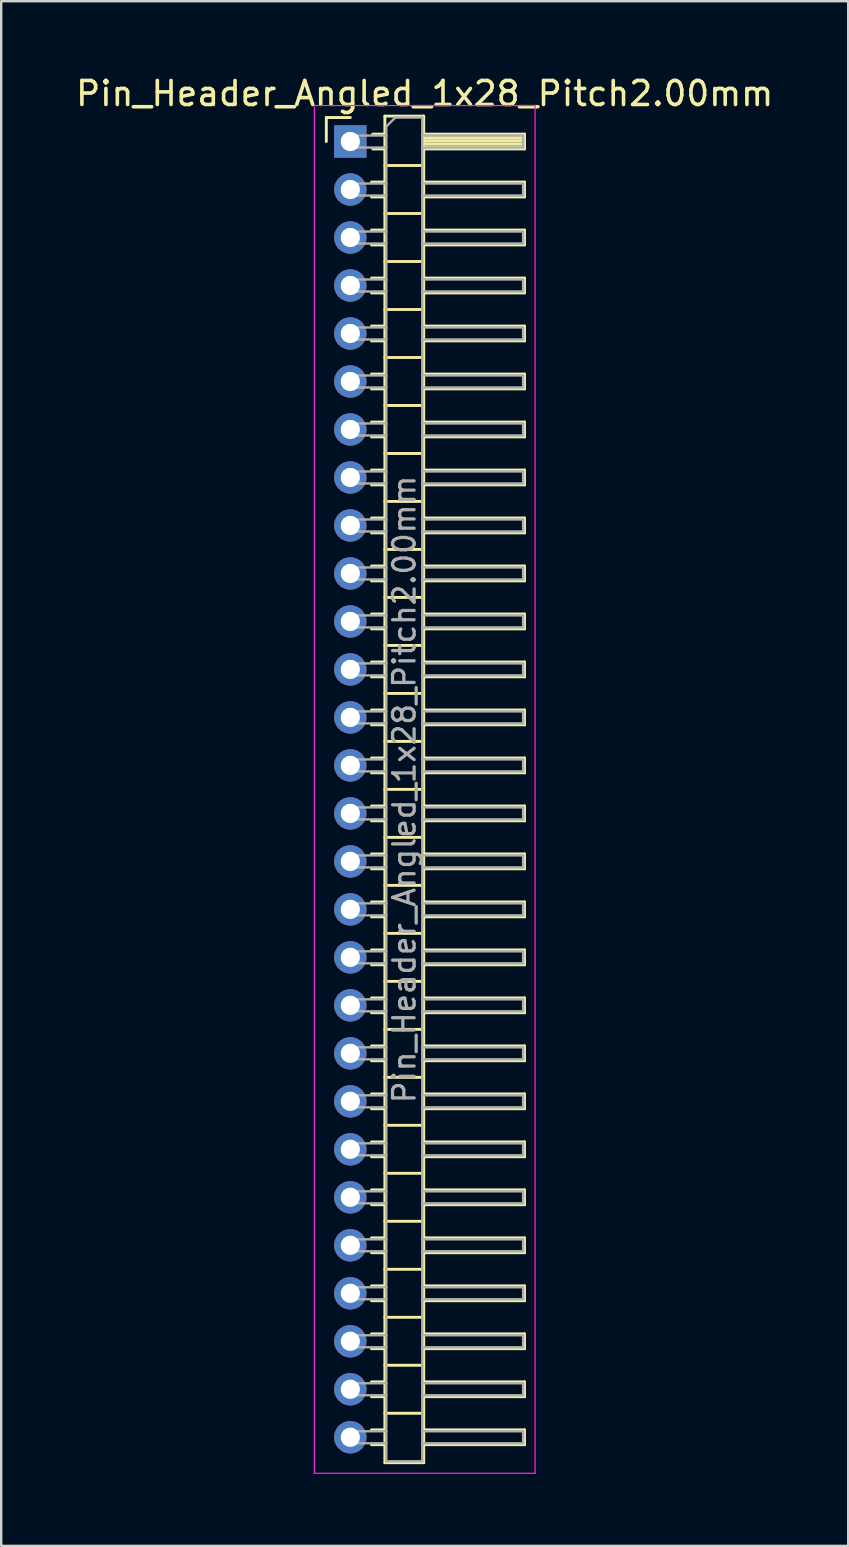
<source format=kicad_pcb>
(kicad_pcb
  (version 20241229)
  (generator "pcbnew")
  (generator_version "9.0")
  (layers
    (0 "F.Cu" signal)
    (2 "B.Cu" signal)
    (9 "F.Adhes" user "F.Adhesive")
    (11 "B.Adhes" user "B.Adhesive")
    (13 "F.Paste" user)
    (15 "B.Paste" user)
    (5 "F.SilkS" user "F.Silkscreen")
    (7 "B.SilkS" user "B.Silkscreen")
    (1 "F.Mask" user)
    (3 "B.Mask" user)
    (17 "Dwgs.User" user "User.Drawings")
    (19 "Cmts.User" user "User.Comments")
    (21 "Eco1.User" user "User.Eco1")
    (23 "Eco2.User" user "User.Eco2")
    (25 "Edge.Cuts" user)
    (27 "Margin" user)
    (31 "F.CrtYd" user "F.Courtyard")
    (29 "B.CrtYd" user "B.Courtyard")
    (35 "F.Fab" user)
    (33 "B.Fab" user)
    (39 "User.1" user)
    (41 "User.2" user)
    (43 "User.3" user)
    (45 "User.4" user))
  (footprint "Pin_Header_Angled_1x28_Pitch2.00mm"
    (layer "F.Cu")
    (at 11.549 2.848)
    (property "Reference" "Pin_Header_Angled_1x28_Pitch2.00mm" (at 3.1 -2 0) (layer "F.SilkS") (effects (font (size 1 1) (thickness 0.15))))
    (attr through_hole)
    (fp_line (start -1 -1) (end 0 -1) (stroke (width 0.12) (type solid)) (layer "F.SilkS"))
    (fp_line (start -1 0) (end -1 -1) (stroke (width 0.12) (type solid)) (layer "F.SilkS"))
    (fp_line (start 0.882 1.69) (end 1.44 1.69) (stroke (width 0.12) (type solid)) (layer "F.SilkS"))
    (fp_line (start 0.882 2.31) (end 1.44 2.31) (stroke (width 0.12) (type solid)) (layer "F.SilkS"))
    (fp_line (start 0.882 3.69) (end 1.44 3.69) (stroke (width 0.12) (type solid)) (layer "F.SilkS"))
    (fp_line (start 0.882 4.31) (end 1.44 4.31) (stroke (width 0.12) (type solid)) (layer "F.SilkS"))
    (fp_line (start 0.882 5.69) (end 1.44 5.69) (stroke (width 0.12) (type solid)) (layer "F.SilkS"))
    (fp_line (start 0.882 6.31) (end 1.44 6.31) (stroke (width 0.12) (type solid)) (layer "F.SilkS"))
    (fp_line (start 0.882 7.69) (end 1.44 7.69) (stroke (width 0.12) (type solid)) (layer "F.SilkS"))
    (fp_line (start 0.882 8.31) (end 1.44 8.31) (stroke (width 0.12) (type solid)) (layer "F.SilkS"))
    (fp_line (start 0.882 9.69) (end 1.44 9.69) (stroke (width 0.12) (type solid)) (layer "F.SilkS"))
    (fp_line (start 0.882 10.31) (end 1.44 10.31) (stroke (width 0.12) (type solid)) (layer "F.SilkS"))
    (fp_line (start 0.882 11.69) (end 1.44 11.69) (stroke (width 0.12) (type solid)) (layer "F.SilkS"))
    (fp_line (start 0.882 12.31) (end 1.44 12.31) (stroke (width 0.12) (type solid)) (layer "F.SilkS"))
    (fp_line (start 0.882 13.69) (end 1.44 13.69) (stroke (width 0.12) (type solid)) (layer "F.SilkS"))
    (fp_line (start 0.882 14.31) (end 1.44 14.31) (stroke (width 0.12) (type solid)) (layer "F.SilkS"))
    (fp_line (start 0.882 15.69) (end 1.44 15.69) (stroke (width 0.12) (type solid)) (layer "F.SilkS"))
    (fp_line (start 0.882 16.31) (end 1.44 16.31) (stroke (width 0.12) (type solid)) (layer "F.SilkS"))
    (fp_line (start 0.882 17.69) (end 1.44 17.69) (stroke (width 0.12) (type solid)) (layer "F.SilkS"))
    (fp_line (start 0.882 18.31) (end 1.44 18.31) (stroke (width 0.12) (type solid)) (layer "F.SilkS"))
    (fp_line (start 0.882 19.69) (end 1.44 19.69) (stroke (width 0.12) (type solid)) (layer "F.SilkS"))
    (fp_line (start 0.882 20.31) (end 1.44 20.31) (stroke (width 0.12) (type solid)) (layer "F.SilkS"))
    (fp_line (start 0.882 21.69) (end 1.44 21.69) (stroke (width 0.12) (type solid)) (layer "F.SilkS"))
    (fp_line (start 0.882 22.31) (end 1.44 22.31) (stroke (width 0.12) (type solid)) (layer "F.SilkS"))
    (fp_line (start 0.882 23.69) (end 1.44 23.69) (stroke (width 0.12) (type solid)) (layer "F.SilkS"))
    (fp_line (start 0.882 24.31) (end 1.44 24.31) (stroke (width 0.12) (type solid)) (layer "F.SilkS"))
    (fp_line (start 0.882 25.69) (end 1.44 25.69) (stroke (width 0.12) (type solid)) (layer "F.SilkS"))
    (fp_line (start 0.882 26.31) (end 1.44 26.31) (stroke (width 0.12) (type solid)) (layer "F.SilkS"))
    (fp_line (start 0.882 27.69) (end 1.44 27.69) (stroke (width 0.12) (type solid)) (layer "F.SilkS"))
    (fp_line (start 0.882 28.31) (end 1.44 28.31) (stroke (width 0.12) (type solid)) (layer "F.SilkS"))
    (fp_line (start 0.882 29.69) (end 1.44 29.69) (stroke (width 0.12) (type solid)) (layer "F.SilkS"))
    (fp_line (start 0.882 30.31) (end 1.44 30.31) (stroke (width 0.12) (type solid)) (layer "F.SilkS"))
    (fp_line (start 0.882 31.69) (end 1.44 31.69) (stroke (width 0.12) (type solid)) (layer "F.SilkS"))
    (fp_line (start 0.882 32.31) (end 1.44 32.31) (stroke (width 0.12) (type solid)) (layer "F.SilkS"))
    (fp_line (start 0.882 33.69) (end 1.44 33.69) (stroke (width 0.12) (type solid)) (layer "F.SilkS"))
    (fp_line (start 0.882 34.31) (end 1.44 34.31) (stroke (width 0.12) (type solid)) (layer "F.SilkS"))
    (fp_line (start 0.882 35.69) (end 1.44 35.69) (stroke (width 0.12) (type solid)) (layer "F.SilkS"))
    (fp_line (start 0.882 36.31) (end 1.44 36.31) (stroke (width 0.12) (type solid)) (layer "F.SilkS"))
    (fp_line (start 0.882 37.69) (end 1.44 37.69) (stroke (width 0.12) (type solid)) (layer "F.SilkS"))
    (fp_line (start 0.882 38.31) (end 1.44 38.31) (stroke (width 0.12) (type solid)) (layer "F.SilkS"))
    (fp_line (start 0.882 39.69) (end 1.44 39.69) (stroke (width 0.12) (type solid)) (layer "F.SilkS"))
    (fp_line (start 0.882 40.31) (end 1.44 40.31) (stroke (width 0.12) (type solid)) (layer "F.SilkS"))
    (fp_line (start 0.882 41.69) (end 1.44 41.69) (stroke (width 0.12) (type solid)) (layer "F.SilkS"))
    (fp_line (start 0.882 42.31) (end 1.44 42.31) (stroke (width 0.12) (type solid)) (layer "F.SilkS"))
    (fp_line (start 0.882 43.69) (end 1.44 43.69) (stroke (width 0.12) (type solid)) (layer "F.SilkS"))
    (fp_line (start 0.882 44.31) (end 1.44 44.31) (stroke (width 0.12) (type solid)) (layer "F.SilkS"))
    (fp_line (start 0.882 45.69) (end 1.44 45.69) (stroke (width 0.12) (type solid)) (layer "F.SilkS"))
    (fp_line (start 0.882 46.31) (end 1.44 46.31) (stroke (width 0.12) (type solid)) (layer "F.SilkS"))
    (fp_line (start 0.882 47.69) (end 1.44 47.69) (stroke (width 0.12) (type solid)) (layer "F.SilkS"))
    (fp_line (start 0.882 48.31) (end 1.44 48.31) (stroke (width 0.12) (type solid)) (layer "F.SilkS"))
    (fp_line (start 0.882 49.69) (end 1.44 49.69) (stroke (width 0.12) (type solid)) (layer "F.SilkS"))
    (fp_line (start 0.882 50.31) (end 1.44 50.31) (stroke (width 0.12) (type solid)) (layer "F.SilkS"))
    (fp_line (start 0.882 51.69) (end 1.44 51.69) (stroke (width 0.12) (type solid)) (layer "F.SilkS"))
    (fp_line (start 0.882 52.31) (end 1.44 52.31) (stroke (width 0.12) (type solid)) (layer "F.SilkS"))
    (fp_line (start 0.882 53.69) (end 1.44 53.69) (stroke (width 0.12) (type solid)) (layer "F.SilkS"))
    (fp_line (start 0.882 54.31) (end 1.44 54.31) (stroke (width 0.12) (type solid)) (layer "F.SilkS"))
    (fp_line (start 0.935 -0.31) (end 1.44 -0.31) (stroke (width 0.12) (type solid)) (layer "F.SilkS"))
    (fp_line (start 0.935 0.31) (end 1.44 0.31) (stroke (width 0.12) (type solid)) (layer "F.SilkS"))
    (fp_line (start 1.44 -1.06) (end 1.44 55.06) (stroke (width 0.12) (type solid)) (layer "F.SilkS"))
    (fp_line (start 1.44 1) (end 3.06 1) (stroke (width 0.12) (type solid)) (layer "F.SilkS"))
    (fp_line (start 1.44 3) (end 3.06 3) (stroke (width 0.12) (type solid)) (layer "F.SilkS"))
    (fp_line (start 1.44 5) (end 3.06 5) (stroke (width 0.12) (type solid)) (layer "F.SilkS"))
    (fp_line (start 1.44 7) (end 3.06 7) (stroke (width 0.12) (type solid)) (layer "F.SilkS"))
    (fp_line (start 1.44 9) (end 3.06 9) (stroke (width 0.12) (type solid)) (layer "F.SilkS"))
    (fp_line (start 1.44 11) (end 3.06 11) (stroke (width 0.12) (type solid)) (layer "F.SilkS"))
    (fp_line (start 1.44 13) (end 3.06 13) (stroke (width 0.12) (type solid)) (layer "F.SilkS"))
    (fp_line (start 1.44 15) (end 3.06 15) (stroke (width 0.12) (type solid)) (layer "F.SilkS"))
    (fp_line (start 1.44 17) (end 3.06 17) (stroke (width 0.12) (type solid)) (layer "F.SilkS"))
    (fp_line (start 1.44 19) (end 3.06 19) (stroke (width 0.12) (type solid)) (layer "F.SilkS"))
    (fp_line (start 1.44 21) (end 3.06 21) (stroke (width 0.12) (type solid)) (layer "F.SilkS"))
    (fp_line (start 1.44 23) (end 3.06 23) (stroke (width 0.12) (type solid)) (layer "F.SilkS"))
    (fp_line (start 1.44 25) (end 3.06 25) (stroke (width 0.12) (type solid)) (layer "F.SilkS"))
    (fp_line (start 1.44 27) (end 3.06 27) (stroke (width 0.12) (type solid)) (layer "F.SilkS"))
    (fp_line (start 1.44 29) (end 3.06 29) (stroke (width 0.12) (type solid)) (layer "F.SilkS"))
    (fp_line (start 1.44 31) (end 3.06 31) (stroke (width 0.12) (type solid)) (layer "F.SilkS"))
    (fp_line (start 1.44 33) (end 3.06 33) (stroke (width 0.12) (type solid)) (layer "F.SilkS"))
    (fp_line (start 1.44 35) (end 3.06 35) (stroke (width 0.12) (type solid)) (layer "F.SilkS"))
    (fp_line (start 1.44 37) (end 3.06 37) (stroke (width 0.12) (type solid)) (layer "F.SilkS"))
    (fp_line (start 1.44 39) (end 3.06 39) (stroke (width 0.12) (type solid)) (layer "F.SilkS"))
    (fp_line (start 1.44 41) (end 3.06 41) (stroke (width 0.12) (type solid)) (layer "F.SilkS"))
    (fp_line (start 1.44 43) (end 3.06 43) (stroke (width 0.12) (type solid)) (layer "F.SilkS"))
    (fp_line (start 1.44 45) (end 3.06 45) (stroke (width 0.12) (type solid)) (layer "F.SilkS"))
    (fp_line (start 1.44 47) (end 3.06 47) (stroke (width 0.12) (type solid)) (layer "F.SilkS"))
    (fp_line (start 1.44 49) (end 3.06 49) (stroke (width 0.12) (type solid)) (layer "F.SilkS"))
    (fp_line (start 1.44 51) (end 3.06 51) (stroke (width 0.12) (type solid)) (layer "F.SilkS"))
    (fp_line (start 1.44 53) (end 3.06 53) (stroke (width 0.12) (type solid)) (layer "F.SilkS"))
    (fp_line (start 1.44 55.06) (end 3.06 55.06) (stroke (width 0.12) (type solid)) (layer "F.SilkS"))
    (fp_line (start 3.06 -1.06) (end 1.44 -1.06) (stroke (width 0.12) (type solid)) (layer "F.SilkS"))
    (fp_line (start 3.06 -0.31) (end 7.26 -0.31) (stroke (width 0.12) (type solid)) (layer "F.SilkS"))
    (fp_line (start 3.06 -0.25) (end 7.26 -0.25) (stroke (width 0.12) (type solid)) (layer "F.SilkS"))
    (fp_line (start 3.06 -0.13) (end 7.26 -0.13) (stroke (width 0.12) (type solid)) (layer "F.SilkS"))
    (fp_line (start 3.06 -0.01) (end 7.26 -0.01) (stroke (width 0.12) (type solid)) (layer "F.SilkS"))
    (fp_line (start 3.06 0.11) (end 7.26 0.11) (stroke (width 0.12) (type solid)) (layer "F.SilkS"))
    (fp_line (start 3.06 0.23) (end 7.26 0.23) (stroke (width 0.12) (type solid)) (layer "F.SilkS"))
    (fp_line (start 3.06 1.69) (end 7.26 1.69) (stroke (width 0.12) (type solid)) (layer "F.SilkS"))
    (fp_line (start 3.06 3.69) (end 7.26 3.69) (stroke (width 0.12) (type solid)) (layer "F.SilkS"))
    (fp_line (start 3.06 5.69) (end 7.26 5.69) (stroke (width 0.12) (type solid)) (layer "F.SilkS"))
    (fp_line (start 3.06 7.69) (end 7.26 7.69) (stroke (width 0.12) (type solid)) (layer "F.SilkS"))
    (fp_line (start 3.06 9.69) (end 7.26 9.69) (stroke (width 0.12) (type solid)) (layer "F.SilkS"))
    (fp_line (start 3.06 11.69) (end 7.26 11.69) (stroke (width 0.12) (type solid)) (layer "F.SilkS"))
    (fp_line (start 3.06 13.69) (end 7.26 13.69) (stroke (width 0.12) (type solid)) (layer "F.SilkS"))
    (fp_line (start 3.06 15.69) (end 7.26 15.69) (stroke (width 0.12) (type solid)) (layer "F.SilkS"))
    (fp_line (start 3.06 17.69) (end 7.26 17.69) (stroke (width 0.12) (type solid)) (layer "F.SilkS"))
    (fp_line (start 3.06 19.69) (end 7.26 19.69) (stroke (width 0.12) (type solid)) (layer "F.SilkS"))
    (fp_line (start 3.06 21.69) (end 7.26 21.69) (stroke (width 0.12) (type solid)) (layer "F.SilkS"))
    (fp_line (start 3.06 23.69) (end 7.26 23.69) (stroke (width 0.12) (type solid)) (layer "F.SilkS"))
    (fp_line (start 3.06 25.69) (end 7.26 25.69) (stroke (width 0.12) (type solid)) (layer "F.SilkS"))
    (fp_line (start 3.06 27.69) (end 7.26 27.69) (stroke (width 0.12) (type solid)) (layer "F.SilkS"))
    (fp_line (start 3.06 29.69) (end 7.26 29.69) (stroke (width 0.12) (type solid)) (layer "F.SilkS"))
    (fp_line (start 3.06 31.69) (end 7.26 31.69) (stroke (width 0.12) (type solid)) (layer "F.SilkS"))
    (fp_line (start 3.06 33.69) (end 7.26 33.69) (stroke (width 0.12) (type solid)) (layer "F.SilkS"))
    (fp_line (start 3.06 35.69) (end 7.26 35.69) (stroke (width 0.12) (type solid)) (layer "F.SilkS"))
    (fp_line (start 3.06 37.69) (end 7.26 37.69) (stroke (width 0.12) (type solid)) (layer "F.SilkS"))
    (fp_line (start 3.06 39.69) (end 7.26 39.69) (stroke (width 0.12) (type solid)) (layer "F.SilkS"))
    (fp_line (start 3.06 41.69) (end 7.26 41.69) (stroke (width 0.12) (type solid)) (layer "F.SilkS"))
    (fp_line (start 3.06 43.69) (end 7.26 43.69) (stroke (width 0.12) (type solid)) (layer "F.SilkS"))
    (fp_line (start 3.06 45.69) (end 7.26 45.69) (stroke (width 0.12) (type solid)) (layer "F.SilkS"))
    (fp_line (start 3.06 47.69) (end 7.26 47.69) (stroke (width 0.12) (type solid)) (layer "F.SilkS"))
    (fp_line (start 3.06 49.69) (end 7.26 49.69) (stroke (width 0.12) (type solid)) (layer "F.SilkS"))
    (fp_line (start 3.06 51.69) (end 7.26 51.69) (stroke (width 0.12) (type solid)) (layer "F.SilkS"))
    (fp_line (start 3.06 53.69) (end 7.26 53.69) (stroke (width 0.12) (type solid)) (layer "F.SilkS"))
    (fp_line (start 3.06 55.06) (end 3.06 -1.06) (stroke (width 0.12) (type solid)) (layer "F.SilkS"))
    (fp_line (start 7.26 -0.31) (end 7.26 0.31) (stroke (width 0.12) (type solid)) (layer "F.SilkS"))
    (fp_line (start 7.26 0.31) (end 3.06 0.31) (stroke (width 0.12) (type solid)) (layer "F.SilkS"))
    (fp_line (start 7.26 1.69) (end 7.26 2.31) (stroke (width 0.12) (type solid)) (layer "F.SilkS"))
    (fp_line (start 7.26 2.31) (end 3.06 2.31) (stroke (width 0.12) (type solid)) (layer "F.SilkS"))
    (fp_line (start 7.26 3.69) (end 7.26 4.31) (stroke (width 0.12) (type solid)) (layer "F.SilkS"))
    (fp_line (start 7.26 4.31) (end 3.06 4.31) (stroke (width 0.12) (type solid)) (layer "F.SilkS"))
    (fp_line (start 7.26 5.69) (end 7.26 6.31) (stroke (width 0.12) (type solid)) (layer "F.SilkS"))
    (fp_line (start 7.26 6.31) (end 3.06 6.31) (stroke (width 0.12) (type solid)) (layer "F.SilkS"))
    (fp_line (start 7.26 7.69) (end 7.26 8.31) (stroke (width 0.12) (type solid)) (layer "F.SilkS"))
    (fp_line (start 7.26 8.31) (end 3.06 8.31) (stroke (width 0.12) (type solid)) (layer "F.SilkS"))
    (fp_line (start 7.26 9.69) (end 7.26 10.31) (stroke (width 0.12) (type solid)) (layer "F.SilkS"))
    (fp_line (start 7.26 10.31) (end 3.06 10.31) (stroke (width 0.12) (type solid)) (layer "F.SilkS"))
    (fp_line (start 7.26 11.69) (end 7.26 12.31) (stroke (width 0.12) (type solid)) (layer "F.SilkS"))
    (fp_line (start 7.26 12.31) (end 3.06 12.31) (stroke (width 0.12) (type solid)) (layer "F.SilkS"))
    (fp_line (start 7.26 13.69) (end 7.26 14.31) (stroke (width 0.12) (type solid)) (layer "F.SilkS"))
    (fp_line (start 7.26 14.31) (end 3.06 14.31) (stroke (width 0.12) (type solid)) (layer "F.SilkS"))
    (fp_line (start 7.26 15.69) (end 7.26 16.31) (stroke (width 0.12) (type solid)) (layer "F.SilkS"))
    (fp_line (start 7.26 16.31) (end 3.06 16.31) (stroke (width 0.12) (type solid)) (layer "F.SilkS"))
    (fp_line (start 7.26 17.69) (end 7.26 18.31) (stroke (width 0.12) (type solid)) (layer "F.SilkS"))
    (fp_line (start 7.26 18.31) (end 3.06 18.31) (stroke (width 0.12) (type solid)) (layer "F.SilkS"))
    (fp_line (start 7.26 19.69) (end 7.26 20.31) (stroke (width 0.12) (type solid)) (layer "F.SilkS"))
    (fp_line (start 7.26 20.31) (end 3.06 20.31) (stroke (width 0.12) (type solid)) (layer "F.SilkS"))
    (fp_line (start 7.26 21.69) (end 7.26 22.31) (stroke (width 0.12) (type solid)) (layer "F.SilkS"))
    (fp_line (start 7.26 22.31) (end 3.06 22.31) (stroke (width 0.12) (type solid)) (layer "F.SilkS"))
    (fp_line (start 7.26 23.69) (end 7.26 24.31) (stroke (width 0.12) (type solid)) (layer "F.SilkS"))
    (fp_line (start 7.26 24.31) (end 3.06 24.31) (stroke (width 0.12) (type solid)) (layer "F.SilkS"))
    (fp_line (start 7.26 25.69) (end 7.26 26.31) (stroke (width 0.12) (type solid)) (layer "F.SilkS"))
    (fp_line (start 7.26 26.31) (end 3.06 26.31) (stroke (width 0.12) (type solid)) (layer "F.SilkS"))
    (fp_line (start 7.26 27.69) (end 7.26 28.31) (stroke (width 0.12) (type solid)) (layer "F.SilkS"))
    (fp_line (start 7.26 28.31) (end 3.06 28.31) (stroke (width 0.12) (type solid)) (layer "F.SilkS"))
    (fp_line (start 7.26 29.69) (end 7.26 30.31) (stroke (width 0.12) (type solid)) (layer "F.SilkS"))
    (fp_line (start 7.26 30.31) (end 3.06 30.31) (stroke (width 0.12) (type solid)) (layer "F.SilkS"))
    (fp_line (start 7.26 31.69) (end 7.26 32.31) (stroke (width 0.12) (type solid)) (layer "F.SilkS"))
    (fp_line (start 7.26 32.31) (end 3.06 32.31) (stroke (width 0.12) (type solid)) (layer "F.SilkS"))
    (fp_line (start 7.26 33.69) (end 7.26 34.31) (stroke (width 0.12) (type solid)) (layer "F.SilkS"))
    (fp_line (start 7.26 34.31) (end 3.06 34.31) (stroke (width 0.12) (type solid)) (layer "F.SilkS"))
    (fp_line (start 7.26 35.69) (end 7.26 36.31) (stroke (width 0.12) (type solid)) (layer "F.SilkS"))
    (fp_line (start 7.26 36.31) (end 3.06 36.31) (stroke (width 0.12) (type solid)) (layer "F.SilkS"))
    (fp_line (start 7.26 37.69) (end 7.26 38.31) (stroke (width 0.12) (type solid)) (layer "F.SilkS"))
    (fp_line (start 7.26 38.31) (end 3.06 38.31) (stroke (width 0.12) (type solid)) (layer "F.SilkS"))
    (fp_line (start 7.26 39.69) (end 7.26 40.31) (stroke (width 0.12) (type solid)) (layer "F.SilkS"))
    (fp_line (start 7.26 40.31) (end 3.06 40.31) (stroke (width 0.12) (type solid)) (layer "F.SilkS"))
    (fp_line (start 7.26 41.69) (end 7.26 42.31) (stroke (width 0.12) (type solid)) (layer "F.SilkS"))
    (fp_line (start 7.26 42.31) (end 3.06 42.31) (stroke (width 0.12) (type solid)) (layer "F.SilkS"))
    (fp_line (start 7.26 43.69) (end 7.26 44.31) (stroke (width 0.12) (type solid)) (layer "F.SilkS"))
    (fp_line (start 7.26 44.31) (end 3.06 44.31) (stroke (width 0.12) (type solid)) (layer "F.SilkS"))
    (fp_line (start 7.26 45.69) (end 7.26 46.31) (stroke (width 0.12) (type solid)) (layer "F.SilkS"))
    (fp_line (start 7.26 46.31) (end 3.06 46.31) (stroke (width 0.12) (type solid)) (layer "F.SilkS"))
    (fp_line (start 7.26 47.69) (end 7.26 48.31) (stroke (width 0.12) (type solid)) (layer "F.SilkS"))
    (fp_line (start 7.26 48.31) (end 3.06 48.31) (stroke (width 0.12) (type solid)) (layer "F.SilkS"))
    (fp_line (start 7.26 49.69) (end 7.26 50.31) (stroke (width 0.12) (type solid)) (layer "F.SilkS"))
    (fp_line (start 7.26 50.31) (end 3.06 50.31) (stroke (width 0.12) (type solid)) (layer "F.SilkS"))
    (fp_line (start 7.26 51.69) (end 7.26 52.31) (stroke (width 0.12) (type solid)) (layer "F.SilkS"))
    (fp_line (start 7.26 52.31) (end 3.06 52.31) (stroke (width 0.12) (type solid)) (layer "F.SilkS"))
    (fp_line (start 7.26 53.69) (end 7.26 54.31) (stroke (width 0.12) (type solid)) (layer "F.SilkS"))
    (fp_line (start 7.26 54.31) (end 3.06 54.31) (stroke (width 0.12) (type solid)) (layer "F.SilkS"))
    (fp_line (start -1.5 -1.5) (end -1.5 55.5) (stroke (width 0.05) (type solid)) (layer "F.CrtYd"))
    (fp_line (start -1.5 55.5) (end 7.7 55.5) (stroke (width 0.05) (type solid)) (layer "F.CrtYd"))
    (fp_line (start 7.7 -1.5) (end -1.5 -1.5) (stroke (width 0.05) (type solid)) (layer "F.CrtYd"))
    (fp_line (start 7.7 55.5) (end 7.7 -1.5) (stroke (width 0.05) (type solid)) (layer "F.CrtYd"))
    (fp_line (start -0.25 -0.25) (end -0.25 0.25) (stroke (width 0.1) (type solid)) (layer "F.Fab"))
    (fp_line (start -0.25 -0.25) (end 1.5 -0.25) (stroke (width 0.1) (type solid)) (layer "F.Fab"))
    (fp_line (start -0.25 0.25) (end 1.5 0.25) (stroke (width 0.1) (type solid)) (layer "F.Fab"))
    (fp_line (start -0.25 1.75) (end -0.25 2.25) (stroke (width 0.1) (type solid)) (layer "F.Fab"))
    (fp_line (start -0.25 1.75) (end 1.5 1.75) (stroke (width 0.1) (type solid)) (layer "F.Fab"))
    (fp_line (start -0.25 2.25) (end 1.5 2.25) (stroke (width 0.1) (type solid)) (layer "F.Fab"))
    (fp_line (start -0.25 3.75) (end -0.25 4.25) (stroke (width 0.1) (type solid)) (layer "F.Fab"))
    (fp_line (start -0.25 3.75) (end 1.5 3.75) (stroke (width 0.1) (type solid)) (layer "F.Fab"))
    (fp_line (start -0.25 4.25) (end 1.5 4.25) (stroke (width 0.1) (type solid)) (layer "F.Fab"))
    (fp_line (start -0.25 5.75) (end -0.25 6.25) (stroke (width 0.1) (type solid)) (layer "F.Fab"))
    (fp_line (start -0.25 5.75) (end 1.5 5.75) (stroke (width 0.1) (type solid)) (layer "F.Fab"))
    (fp_line (start -0.25 6.25) (end 1.5 6.25) (stroke (width 0.1) (type solid)) (layer "F.Fab"))
    (fp_line (start -0.25 7.75) (end -0.25 8.25) (stroke (width 0.1) (type solid)) (layer "F.Fab"))
    (fp_line (start -0.25 7.75) (end 1.5 7.75) (stroke (width 0.1) (type solid)) (layer "F.Fab"))
    (fp_line (start -0.25 8.25) (end 1.5 8.25) (stroke (width 0.1) (type solid)) (layer "F.Fab"))
    (fp_line (start -0.25 9.75) (end -0.25 10.25) (stroke (width 0.1) (type solid)) (layer "F.Fab"))
    (fp_line (start -0.25 9.75) (end 1.5 9.75) (stroke (width 0.1) (type solid)) (layer "F.Fab"))
    (fp_line (start -0.25 10.25) (end 1.5 10.25) (stroke (width 0.1) (type solid)) (layer "F.Fab"))
    (fp_line (start -0.25 11.75) (end -0.25 12.25) (stroke (width 0.1) (type solid)) (layer "F.Fab"))
    (fp_line (start -0.25 11.75) (end 1.5 11.75) (stroke (width 0.1) (type solid)) (layer "F.Fab"))
    (fp_line (start -0.25 12.25) (end 1.5 12.25) (stroke (width 0.1) (type solid)) (layer "F.Fab"))
    (fp_line (start -0.25 13.75) (end -0.25 14.25) (stroke (width 0.1) (type solid)) (layer "F.Fab"))
    (fp_line (start -0.25 13.75) (end 1.5 13.75) (stroke (width 0.1) (type solid)) (layer "F.Fab"))
    (fp_line (start -0.25 14.25) (end 1.5 14.25) (stroke (width 0.1) (type solid)) (layer "F.Fab"))
    (fp_line (start -0.25 15.75) (end -0.25 16.25) (stroke (width 0.1) (type solid)) (layer "F.Fab"))
    (fp_line (start -0.25 15.75) (end 1.5 15.75) (stroke (width 0.1) (type solid)) (layer "F.Fab"))
    (fp_line (start -0.25 16.25) (end 1.5 16.25) (stroke (width 0.1) (type solid)) (layer "F.Fab"))
    (fp_line (start -0.25 17.75) (end -0.25 18.25) (stroke (width 0.1) (type solid)) (layer "F.Fab"))
    (fp_line (start -0.25 17.75) (end 1.5 17.75) (stroke (width 0.1) (type solid)) (layer "F.Fab"))
    (fp_line (start -0.25 18.25) (end 1.5 18.25) (stroke (width 0.1) (type solid)) (layer "F.Fab"))
    (fp_line (start -0.25 19.75) (end -0.25 20.25) (stroke (width 0.1) (type solid)) (layer "F.Fab"))
    (fp_line (start -0.25 19.75) (end 1.5 19.75) (stroke (width 0.1) (type solid)) (layer "F.Fab"))
    (fp_line (start -0.25 20.25) (end 1.5 20.25) (stroke (width 0.1) (type solid)) (layer "F.Fab"))
    (fp_line (start -0.25 21.75) (end -0.25 22.25) (stroke (width 0.1) (type solid)) (layer "F.Fab"))
    (fp_line (start -0.25 21.75) (end 1.5 21.75) (stroke (width 0.1) (type solid)) (layer "F.Fab"))
    (fp_line (start -0.25 22.25) (end 1.5 22.25) (stroke (width 0.1) (type solid)) (layer "F.Fab"))
    (fp_line (start -0.25 23.75) (end -0.25 24.25) (stroke (width 0.1) (type solid)) (layer "F.Fab"))
    (fp_line (start -0.25 23.75) (end 1.5 23.75) (stroke (width 0.1) (type solid)) (layer "F.Fab"))
    (fp_line (start -0.25 24.25) (end 1.5 24.25) (stroke (width 0.1) (type solid)) (layer "F.Fab"))
    (fp_line (start -0.25 25.75) (end -0.25 26.25) (stroke (width 0.1) (type solid)) (layer "F.Fab"))
    (fp_line (start -0.25 25.75) (end 1.5 25.75) (stroke (width 0.1) (type solid)) (layer "F.Fab"))
    (fp_line (start -0.25 26.25) (end 1.5 26.25) (stroke (width 0.1) (type solid)) (layer "F.Fab"))
    (fp_line (start -0.25 27.75) (end -0.25 28.25) (stroke (width 0.1) (type solid)) (layer "F.Fab"))
    (fp_line (start -0.25 27.75) (end 1.5 27.75) (stroke (width 0.1) (type solid)) (layer "F.Fab"))
    (fp_line (start -0.25 28.25) (end 1.5 28.25) (stroke (width 0.1) (type solid)) (layer "F.Fab"))
    (fp_line (start -0.25 29.75) (end -0.25 30.25) (stroke (width 0.1) (type solid)) (layer "F.Fab"))
    (fp_line (start -0.25 29.75) (end 1.5 29.75) (stroke (width 0.1) (type solid)) (layer "F.Fab"))
    (fp_line (start -0.25 30.25) (end 1.5 30.25) (stroke (width 0.1) (type solid)) (layer "F.Fab"))
    (fp_line (start -0.25 31.75) (end -0.25 32.25) (stroke (width 0.1) (type solid)) (layer "F.Fab"))
    (fp_line (start -0.25 31.75) (end 1.5 31.75) (stroke (width 0.1) (type solid)) (layer "F.Fab"))
    (fp_line (start -0.25 32.25) (end 1.5 32.25) (stroke (width 0.1) (type solid)) (layer "F.Fab"))
    (fp_line (start -0.25 33.75) (end -0.25 34.25) (stroke (width 0.1) (type solid)) (layer "F.Fab"))
    (fp_line (start -0.25 33.75) (end 1.5 33.75) (stroke (width 0.1) (type solid)) (layer "F.Fab"))
    (fp_line (start -0.25 34.25) (end 1.5 34.25) (stroke (width 0.1) (type solid)) (layer "F.Fab"))
    (fp_line (start -0.25 35.75) (end -0.25 36.25) (stroke (width 0.1) (type solid)) (layer "F.Fab"))
    (fp_line (start -0.25 35.75) (end 1.5 35.75) (stroke (width 0.1) (type solid)) (layer "F.Fab"))
    (fp_line (start -0.25 36.25) (end 1.5 36.25) (stroke (width 0.1) (type solid)) (layer "F.Fab"))
    (fp_line (start -0.25 37.75) (end -0.25 38.25) (stroke (width 0.1) (type solid)) (layer "F.Fab"))
    (fp_line (start -0.25 37.75) (end 1.5 37.75) (stroke (width 0.1) (type solid)) (layer "F.Fab"))
    (fp_line (start -0.25 38.25) (end 1.5 38.25) (stroke (width 0.1) (type solid)) (layer "F.Fab"))
    (fp_line (start -0.25 39.75) (end -0.25 40.25) (stroke (width 0.1) (type solid)) (layer "F.Fab"))
    (fp_line (start -0.25 39.75) (end 1.5 39.75) (stroke (width 0.1) (type solid)) (layer "F.Fab"))
    (fp_line (start -0.25 40.25) (end 1.5 40.25) (stroke (width 0.1) (type solid)) (layer "F.Fab"))
    (fp_line (start -0.25 41.75) (end -0.25 42.25) (stroke (width 0.1) (type solid)) (layer "F.Fab"))
    (fp_line (start -0.25 41.75) (end 1.5 41.75) (stroke (width 0.1) (type solid)) (layer "F.Fab"))
    (fp_line (start -0.25 42.25) (end 1.5 42.25) (stroke (width 0.1) (type solid)) (layer "F.Fab"))
    (fp_line (start -0.25 43.75) (end -0.25 44.25) (stroke (width 0.1) (type solid)) (layer "F.Fab"))
    (fp_line (start -0.25 43.75) (end 1.5 43.75) (stroke (width 0.1) (type solid)) (layer "F.Fab"))
    (fp_line (start -0.25 44.25) (end 1.5 44.25) (stroke (width 0.1) (type solid)) (layer "F.Fab"))
    (fp_line (start -0.25 45.75) (end -0.25 46.25) (stroke (width 0.1) (type solid)) (layer "F.Fab"))
    (fp_line (start -0.25 45.75) (end 1.5 45.75) (stroke (width 0.1) (type solid)) (layer "F.Fab"))
    (fp_line (start -0.25 46.25) (end 1.5 46.25) (stroke (width 0.1) (type solid)) (layer "F.Fab"))
    (fp_line (start -0.25 47.75) (end -0.25 48.25) (stroke (width 0.1) (type solid)) (layer "F.Fab"))
    (fp_line (start -0.25 47.75) (end 1.5 47.75) (stroke (width 0.1) (type solid)) (layer "F.Fab"))
    (fp_line (start -0.25 48.25) (end 1.5 48.25) (stroke (width 0.1) (type solid)) (layer "F.Fab"))
    (fp_line (start -0.25 49.75) (end -0.25 50.25) (stroke (width 0.1) (type solid)) (layer "F.Fab"))
    (fp_line (start -0.25 49.75) (end 1.5 49.75) (stroke (width 0.1) (type solid)) (layer "F.Fab"))
    (fp_line (start -0.25 50.25) (end 1.5 50.25) (stroke (width 0.1) (type solid)) (layer "F.Fab"))
    (fp_line (start -0.25 51.75) (end -0.25 52.25) (stroke (width 0.1) (type solid)) (layer "F.Fab"))
    (fp_line (start -0.25 51.75) (end 1.5 51.75) (stroke (width 0.1) (type solid)) (layer "F.Fab"))
    (fp_line (start -0.25 52.25) (end 1.5 52.25) (stroke (width 0.1) (type solid)) (layer "F.Fab"))
    (fp_line (start -0.25 53.75) (end -0.25 54.25) (stroke (width 0.1) (type solid)) (layer "F.Fab"))
    (fp_line (start -0.25 53.75) (end 1.5 53.75) (stroke (width 0.1) (type solid)) (layer "F.Fab"))
    (fp_line (start -0.25 54.25) (end 1.5 54.25) (stroke (width 0.1) (type solid)) (layer "F.Fab"))
    (fp_line (start 1.5 -0.625) (end 1.875 -1) (stroke (width 0.1) (type solid)) (layer "F.Fab"))
    (fp_line (start 1.5 55) (end 1.5 -0.625) (stroke (width 0.1) (type solid)) (layer "F.Fab"))
    (fp_line (start 1.875 -1) (end 3 -1) (stroke (width 0.1) (type solid)) (layer "F.Fab"))
    (fp_line (start 3 -1) (end 3 55) (stroke (width 0.1) (type solid)) (layer "F.Fab"))
    (fp_line (start 3 -0.25) (end 7.2 -0.25) (stroke (width 0.1) (type solid)) (layer "F.Fab"))
    (fp_line (start 3 0.25) (end 7.2 0.25) (stroke (width 0.1) (type solid)) (layer "F.Fab"))
    (fp_line (start 3 1.75) (end 7.2 1.75) (stroke (width 0.1) (type solid)) (layer "F.Fab"))
    (fp_line (start 3 2.25) (end 7.2 2.25) (stroke (width 0.1) (type solid)) (layer "F.Fab"))
    (fp_line (start 3 3.75) (end 7.2 3.75) (stroke (width 0.1) (type solid)) (layer "F.Fab"))
    (fp_line (start 3 4.25) (end 7.2 4.25) (stroke (width 0.1) (type solid)) (layer "F.Fab"))
    (fp_line (start 3 5.75) (end 7.2 5.75) (stroke (width 0.1) (type solid)) (layer "F.Fab"))
    (fp_line (start 3 6.25) (end 7.2 6.25) (stroke (width 0.1) (type solid)) (layer "F.Fab"))
    (fp_line (start 3 7.75) (end 7.2 7.75) (stroke (width 0.1) (type solid)) (layer "F.Fab"))
    (fp_line (start 3 8.25) (end 7.2 8.25) (stroke (width 0.1) (type solid)) (layer "F.Fab"))
    (fp_line (start 3 9.75) (end 7.2 9.75) (stroke (width 0.1) (type solid)) (layer "F.Fab"))
    (fp_line (start 3 10.25) (end 7.2 10.25) (stroke (width 0.1) (type solid)) (layer "F.Fab"))
    (fp_line (start 3 11.75) (end 7.2 11.75) (stroke (width 0.1) (type solid)) (layer "F.Fab"))
    (fp_line (start 3 12.25) (end 7.2 12.25) (stroke (width 0.1) (type solid)) (layer "F.Fab"))
    (fp_line (start 3 13.75) (end 7.2 13.75) (stroke (width 0.1) (type solid)) (layer "F.Fab"))
    (fp_line (start 3 14.25) (end 7.2 14.25) (stroke (width 0.1) (type solid)) (layer "F.Fab"))
    (fp_line (start 3 15.75) (end 7.2 15.75) (stroke (width 0.1) (type solid)) (layer "F.Fab"))
    (fp_line (start 3 16.25) (end 7.2 16.25) (stroke (width 0.1) (type solid)) (layer "F.Fab"))
    (fp_line (start 3 17.75) (end 7.2 17.75) (stroke (width 0.1) (type solid)) (layer "F.Fab"))
    (fp_line (start 3 18.25) (end 7.2 18.25) (stroke (width 0.1) (type solid)) (layer "F.Fab"))
    (fp_line (start 3 19.75) (end 7.2 19.75) (stroke (width 0.1) (type solid)) (layer "F.Fab"))
    (fp_line (start 3 20.25) (end 7.2 20.25) (stroke (width 0.1) (type solid)) (layer "F.Fab"))
    (fp_line (start 3 21.75) (end 7.2 21.75) (stroke (width 0.1) (type solid)) (layer "F.Fab"))
    (fp_line (start 3 22.25) (end 7.2 22.25) (stroke (width 0.1) (type solid)) (layer "F.Fab"))
    (fp_line (start 3 23.75) (end 7.2 23.75) (stroke (width 0.1) (type solid)) (layer "F.Fab"))
    (fp_line (start 3 24.25) (end 7.2 24.25) (stroke (width 0.1) (type solid)) (layer "F.Fab"))
    (fp_line (start 3 25.75) (end 7.2 25.75) (stroke (width 0.1) (type solid)) (layer "F.Fab"))
    (fp_line (start 3 26.25) (end 7.2 26.25) (stroke (width 0.1) (type solid)) (layer "F.Fab"))
    (fp_line (start 3 27.75) (end 7.2 27.75) (stroke (width 0.1) (type solid)) (layer "F.Fab"))
    (fp_line (start 3 28.25) (end 7.2 28.25) (stroke (width 0.1) (type solid)) (layer "F.Fab"))
    (fp_line (start 3 29.75) (end 7.2 29.75) (stroke (width 0.1) (type solid)) (layer "F.Fab"))
    (fp_line (start 3 30.25) (end 7.2 30.25) (stroke (width 0.1) (type solid)) (layer "F.Fab"))
    (fp_line (start 3 31.75) (end 7.2 31.75) (stroke (width 0.1) (type solid)) (layer "F.Fab"))
    (fp_line (start 3 32.25) (end 7.2 32.25) (stroke (width 0.1) (type solid)) (layer "F.Fab"))
    (fp_line (start 3 33.75) (end 7.2 33.75) (stroke (width 0.1) (type solid)) (layer "F.Fab"))
    (fp_line (start 3 34.25) (end 7.2 34.25) (stroke (width 0.1) (type solid)) (layer "F.Fab"))
    (fp_line (start 3 35.75) (end 7.2 35.75) (stroke (width 0.1) (type solid)) (layer "F.Fab"))
    (fp_line (start 3 36.25) (end 7.2 36.25) (stroke (width 0.1) (type solid)) (layer "F.Fab"))
    (fp_line (start 3 37.75) (end 7.2 37.75) (stroke (width 0.1) (type solid)) (layer "F.Fab"))
    (fp_line (start 3 38.25) (end 7.2 38.25) (stroke (width 0.1) (type solid)) (layer "F.Fab"))
    (fp_line (start 3 39.75) (end 7.2 39.75) (stroke (width 0.1) (type solid)) (layer "F.Fab"))
    (fp_line (start 3 40.25) (end 7.2 40.25) (stroke (width 0.1) (type solid)) (layer "F.Fab"))
    (fp_line (start 3 41.75) (end 7.2 41.75) (stroke (width 0.1) (type solid)) (layer "F.Fab"))
    (fp_line (start 3 42.25) (end 7.2 42.25) (stroke (width 0.1) (type solid)) (layer "F.Fab"))
    (fp_line (start 3 43.75) (end 7.2 43.75) (stroke (width 0.1) (type solid)) (layer "F.Fab"))
    (fp_line (start 3 44.25) (end 7.2 44.25) (stroke (width 0.1) (type solid)) (layer "F.Fab"))
    (fp_line (start 3 45.75) (end 7.2 45.75) (stroke (width 0.1) (type solid)) (layer "F.Fab"))
    (fp_line (start 3 46.25) (end 7.2 46.25) (stroke (width 0.1) (type solid)) (layer "F.Fab"))
    (fp_line (start 3 47.75) (end 7.2 47.75) (stroke (width 0.1) (type solid)) (layer "F.Fab"))
    (fp_line (start 3 48.25) (end 7.2 48.25) (stroke (width 0.1) (type solid)) (layer "F.Fab"))
    (fp_line (start 3 49.75) (end 7.2 49.75) (stroke (width 0.1) (type solid)) (layer "F.Fab"))
    (fp_line (start 3 50.25) (end 7.2 50.25) (stroke (width 0.1) (type solid)) (layer "F.Fab"))
    (fp_line (start 3 51.75) (end 7.2 51.75) (stroke (width 0.1) (type solid)) (layer "F.Fab"))
    (fp_line (start 3 52.25) (end 7.2 52.25) (stroke (width 0.1) (type solid)) (layer "F.Fab"))
    (fp_line (start 3 53.75) (end 7.2 53.75) (stroke (width 0.1) (type solid)) (layer "F.Fab"))
    (fp_line (start 3 54.25) (end 7.2 54.25) (stroke (width 0.1) (type solid)) (layer "F.Fab"))
    (fp_line (start 3 55) (end 1.5 55) (stroke (width 0.1) (type solid)) (layer "F.Fab"))
    (fp_line (start 7.2 -0.25) (end 7.2 0.25) (stroke (width 0.1) (type solid)) (layer "F.Fab"))
    (fp_line (start 7.2 1.75) (end 7.2 2.25) (stroke (width 0.1) (type solid)) (layer "F.Fab"))
    (fp_line (start 7.2 3.75) (end 7.2 4.25) (stroke (width 0.1) (type solid)) (layer "F.Fab"))
    (fp_line (start 7.2 5.75) (end 7.2 6.25) (stroke (width 0.1) (type solid)) (layer "F.Fab"))
    (fp_line (start 7.2 7.75) (end 7.2 8.25) (stroke (width 0.1) (type solid)) (layer "F.Fab"))
    (fp_line (start 7.2 9.75) (end 7.2 10.25) (stroke (width 0.1) (type solid)) (layer "F.Fab"))
    (fp_line (start 7.2 11.75) (end 7.2 12.25) (stroke (width 0.1) (type solid)) (layer "F.Fab"))
    (fp_line (start 7.2 13.75) (end 7.2 14.25) (stroke (width 0.1) (type solid)) (layer "F.Fab"))
    (fp_line (start 7.2 15.75) (end 7.2 16.25) (stroke (width 0.1) (type solid)) (layer "F.Fab"))
    (fp_line (start 7.2 17.75) (end 7.2 18.25) (stroke (width 0.1) (type solid)) (layer "F.Fab"))
    (fp_line (start 7.2 19.75) (end 7.2 20.25) (stroke (width 0.1) (type solid)) (layer "F.Fab"))
    (fp_line (start 7.2 21.75) (end 7.2 22.25) (stroke (width 0.1) (type solid)) (layer "F.Fab"))
    (fp_line (start 7.2 23.75) (end 7.2 24.25) (stroke (width 0.1) (type solid)) (layer "F.Fab"))
    (fp_line (start 7.2 25.75) (end 7.2 26.25) (stroke (width 0.1) (type solid)) (layer "F.Fab"))
    (fp_line (start 7.2 27.75) (end 7.2 28.25) (stroke (width 0.1) (type solid)) (layer "F.Fab"))
    (fp_line (start 7.2 29.75) (end 7.2 30.25) (stroke (width 0.1) (type solid)) (layer "F.Fab"))
    (fp_line (start 7.2 31.75) (end 7.2 32.25) (stroke (width 0.1) (type solid)) (layer "F.Fab"))
    (fp_line (start 7.2 33.75) (end 7.2 34.25) (stroke (width 0.1) (type solid)) (layer "F.Fab"))
    (fp_line (start 7.2 35.75) (end 7.2 36.25) (stroke (width 0.1) (type solid)) (layer "F.Fab"))
    (fp_line (start 7.2 37.75) (end 7.2 38.25) (stroke (width 0.1) (type solid)) (layer "F.Fab"))
    (fp_line (start 7.2 39.75) (end 7.2 40.25) (stroke (width 0.1) (type solid)) (layer "F.Fab"))
    (fp_line (start 7.2 41.75) (end 7.2 42.25) (stroke (width 0.1) (type solid)) (layer "F.Fab"))
    (fp_line (start 7.2 43.75) (end 7.2 44.25) (stroke (width 0.1) (type solid)) (layer "F.Fab"))
    (fp_line (start 7.2 45.75) (end 7.2 46.25) (stroke (width 0.1) (type solid)) (layer "F.Fab"))
    (fp_line (start 7.2 47.75) (end 7.2 48.25) (stroke (width 0.1) (type solid)) (layer "F.Fab"))
    (fp_line (start 7.2 49.75) (end 7.2 50.25) (stroke (width 0.1) (type solid)) (layer "F.Fab"))
    (fp_line (start 7.2 51.75) (end 7.2 52.25) (stroke (width 0.1) (type solid)) (layer "F.Fab"))
    (fp_line (start 7.2 53.75) (end 7.2 54.25) (stroke (width 0.1) (type solid)) (layer "F.Fab"))
    (fp_text user "${REFERENCE}" (at 2.25 27 90) (layer "F.Fab") (effects (font (size 0.9 0.9) (thickness 0.135))))
    (pad "1" thru_hole rect (at 0 0) (size 1.35 1.35) (drill 0.8) (layers "*.Cu" "*.Mask"))
    (pad "2" thru_hole oval (at 0 2) (size 1.35 1.35) (drill 0.8) (layers "*.Cu" "*.Mask"))
    (pad "3" thru_hole oval (at 0 4) (size 1.35 1.35) (drill 0.8) (layers "*.Cu" "*.Mask"))
    (pad "4" thru_hole oval (at 0 6) (size 1.35 1.35) (drill 0.8) (layers "*.Cu" "*.Mask"))
    (pad "5" thru_hole oval (at 0 8) (size 1.35 1.35) (drill 0.8) (layers "*.Cu" "*.Mask"))
    (pad "6" thru_hole oval (at 0 10) (size 1.35 1.35) (drill 0.8) (layers "*.Cu" "*.Mask"))
    (pad "7" thru_hole oval (at 0 12) (size 1.35 1.35) (drill 0.8) (layers "*.Cu" "*.Mask"))
    (pad "8" thru_hole oval (at 0 14) (size 1.35 1.35) (drill 0.8) (layers "*.Cu" "*.Mask"))
    (pad "9" thru_hole oval (at 0 16) (size 1.35 1.35) (drill 0.8) (layers "*.Cu" "*.Mask"))
    (pad "10" thru_hole oval (at 0 18) (size 1.35 1.35) (drill 0.8) (layers "*.Cu" "*.Mask"))
    (pad "11" thru_hole oval (at 0 20) (size 1.35 1.35) (drill 0.8) (layers "*.Cu" "*.Mask"))
    (pad "12" thru_hole oval (at 0 22) (size 1.35 1.35) (drill 0.8) (layers "*.Cu" "*.Mask"))
    (pad "13" thru_hole oval (at 0 24) (size 1.35 1.35) (drill 0.8) (layers "*.Cu" "*.Mask"))
    (pad "14" thru_hole oval (at 0 26) (size 1.35 1.35) (drill 0.8) (layers "*.Cu" "*.Mask"))
    (pad "15" thru_hole oval (at 0 28) (size 1.35 1.35) (drill 0.8) (layers "*.Cu" "*.Mask"))
    (pad "16" thru_hole oval (at 0 30) (size 1.35 1.35) (drill 0.8) (layers "*.Cu" "*.Mask"))
    (pad "17" thru_hole oval (at 0 32) (size 1.35 1.35) (drill 0.8) (layers "*.Cu" "*.Mask"))
    (pad "18" thru_hole oval (at 0 34) (size 1.35 1.35) (drill 0.8) (layers "*.Cu" "*.Mask"))
    (pad "19" thru_hole oval (at 0 36) (size 1.35 1.35) (drill 0.8) (layers "*.Cu" "*.Mask"))
    (pad "20" thru_hole oval (at 0 38) (size 1.35 1.35) (drill 0.8) (layers "*.Cu" "*.Mask"))
    (pad "21" thru_hole oval (at 0 40) (size 1.35 1.35) (drill 0.8) (layers "*.Cu" "*.Mask"))
    (pad "22" thru_hole oval (at 0 42) (size 1.35 1.35) (drill 0.8) (layers "*.Cu" "*.Mask"))
    (pad "23" thru_hole oval (at 0 44) (size 1.35 1.35) (drill 0.8) (layers "*.Cu" "*.Mask"))
    (pad "24" thru_hole oval (at 0 46) (size 1.35 1.35) (drill 0.8) (layers "*.Cu" "*.Mask"))
    (pad "25" thru_hole oval (at 0 48) (size 1.35 1.35) (drill 0.8) (layers "*.Cu" "*.Mask"))
    (pad "26" thru_hole oval (at 0 50) (size 1.35 1.35) (drill 0.8) (layers "*.Cu" "*.Mask"))
    (pad "27" thru_hole oval (at 0 52) (size 1.35 1.35) (drill 0.8) (layers "*.Cu" "*.Mask"))
    (pad "28" thru_hole oval (at 0 54) (size 1.35 1.35) (drill 0.8) (layers "*.Cu" "*.Mask")))
  (gr_rect
    (start -3 -3)
    (end 32.298 61.373)
    (stroke (width 0.1) (type default))
    (fill no)
    (layer "Edge.Cuts")))
</source>
